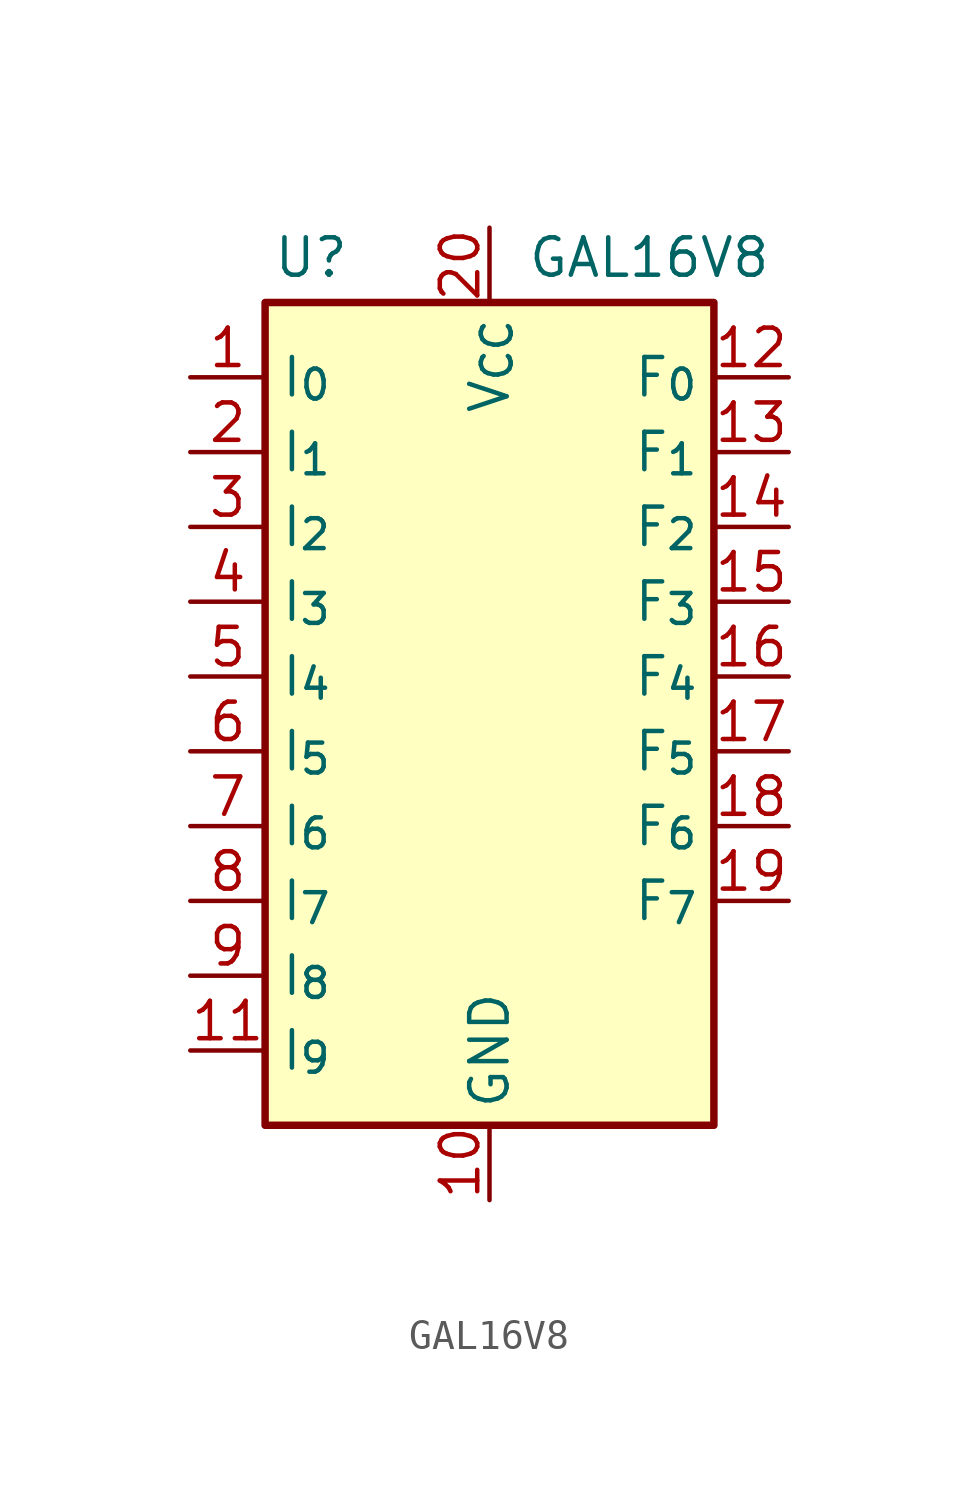
<source format=kicad_sym>
(kicad_symbol_lib
  (version 20241209)
  (generator "kicad_symbol_editor")
  (generator_version "9.0")
  (symbol "GAL16V8"
    (property "Reference" "U"
      (at -7.366 16.764 0)
      (effects (font (size 1.27 1.27)) (justify left)))
    (property "Value" "GAL16V8"
      (at 1.27 16.764 0)
      (effects (font (size 1.27 1.27)) (justify left)))
    (symbol "GAL16V8_0_0"
      (pin power_in line (at 0 -15.24 90) (length 2.54) (name "GND" (effects (font (size 1.27 1.27)))) (number "10" (effects (font (size 1.27 1.27))))))
    (symbol "GAL16V8_0_1"
      (rectangle (start -7.62 15.24) (end 7.62 -12.7) (stroke (width 0.254) (type default)) (fill (type background))))
    (symbol "GAL16V8_1_0"
      (pin power_in line (at 0 17.78 270) (length 2.54) (name "V_{CC}" (effects (font (size 1.27 1.27)))) (number "20" (effects (font (size 1.27 1.27))))))
    (symbol "GAL16V8_1_1"
      (pin input line (at -10.16 12.7 0) (length 2.54) (name "I_{0}" (effects (font (size 1.27 1.27)))) (number "1" (effects (font (size 1.27 1.27)))) (alternate "CLK" input line))
      (pin input line (at -10.16 10.16 0) (length 2.54) (name "I_{1}" (effects (font (size 1.27 1.27)))) (number "2" (effects (font (size 1.27 1.27)))))
      (pin input line (at -10.16 7.62 0) (length 2.54) (name "I_{2}" (effects (font (size 1.27 1.27)))) (number "3" (effects (font (size 1.27 1.27)))))
      (pin input line (at -10.16 5.08 0) (length 2.54) (name "I_{3}" (effects (font (size 1.27 1.27)))) (number "4" (effects (font (size 1.27 1.27)))))
      (pin input line (at -10.16 2.54 0) (length 2.54) (name "I_{4}" (effects (font (size 1.27 1.27)))) (number "5" (effects (font (size 1.27 1.27)))))
      (pin input line (at -10.16 0 0) (length 2.54) (name "I_{5}" (effects (font (size 1.27 1.27)))) (number "6" (effects (font (size 1.27 1.27)))))
      (pin input line (at -10.16 -2.54 0) (length 2.54) (name "I_{6}" (effects (font (size 1.27 1.27)))) (number "7" (effects (font (size 1.27 1.27)))))
      (pin input line (at -10.16 -5.08 0) (length 2.54) (name "I_{7}" (effects (font (size 1.27 1.27)))) (number "8" (effects (font (size 1.27 1.27)))))
      (pin input line (at -10.16 -7.62 0) (length 2.54) (name "I_{8}" (effects (font (size 1.27 1.27)))) (number "9" (effects (font (size 1.27 1.27)))))
      (pin input line (at -10.16 -10.16 0) (length 2.54) (name "I_{9}" (effects (font (size 1.27 1.27)))) (number "11" (effects (font (size 1.27 1.27)))) (alternate "~{OE}" input line))
      (pin bidirectional line (at 10.16 12.7 180) (length 2.54) (name "F_{0}" (effects (font (size 1.27 1.27)))) (number "12" (effects (font (size 1.27 1.27)))))
      (pin bidirectional line (at 10.16 10.16 180) (length 2.54) (name "F_{1}" (effects (font (size 1.27 1.27)))) (number "13" (effects (font (size 1.27 1.27)))))
      (pin bidirectional line (at 10.16 7.62 180) (length 2.54) (name "F_{2}" (effects (font (size 1.27 1.27)))) (number "14" (effects (font (size 1.27 1.27)))))
      (pin bidirectional line (at 10.16 5.08 180) (length 2.54) (name "F_{3}" (effects (font (size 1.27 1.27)))) (number "15" (effects (font (size 1.27 1.27)))))
      (pin bidirectional line (at 10.16 2.54 180) (length 2.54) (name "F_{4}" (effects (font (size 1.27 1.27)))) (number "16" (effects (font (size 1.27 1.27)))))
      (pin bidirectional line (at 10.16 0 180) (length 2.54) (name "F_{5}" (effects (font (size 1.27 1.27)))) (number "17" (effects (font (size 1.27 1.27)))))
      (pin bidirectional line (at 10.16 -2.54 180) (length 2.54) (name "F_{6}" (effects (font (size 1.27 1.27)))) (number "18" (effects (font (size 1.27 1.27)))))
      (pin bidirectional line (at 10.16 -5.08 180) (length 2.54) (name "F_{7}" (effects (font (size 1.27 1.27)))) (number "19" (effects (font (size 1.27 1.27))))))))
</source>
